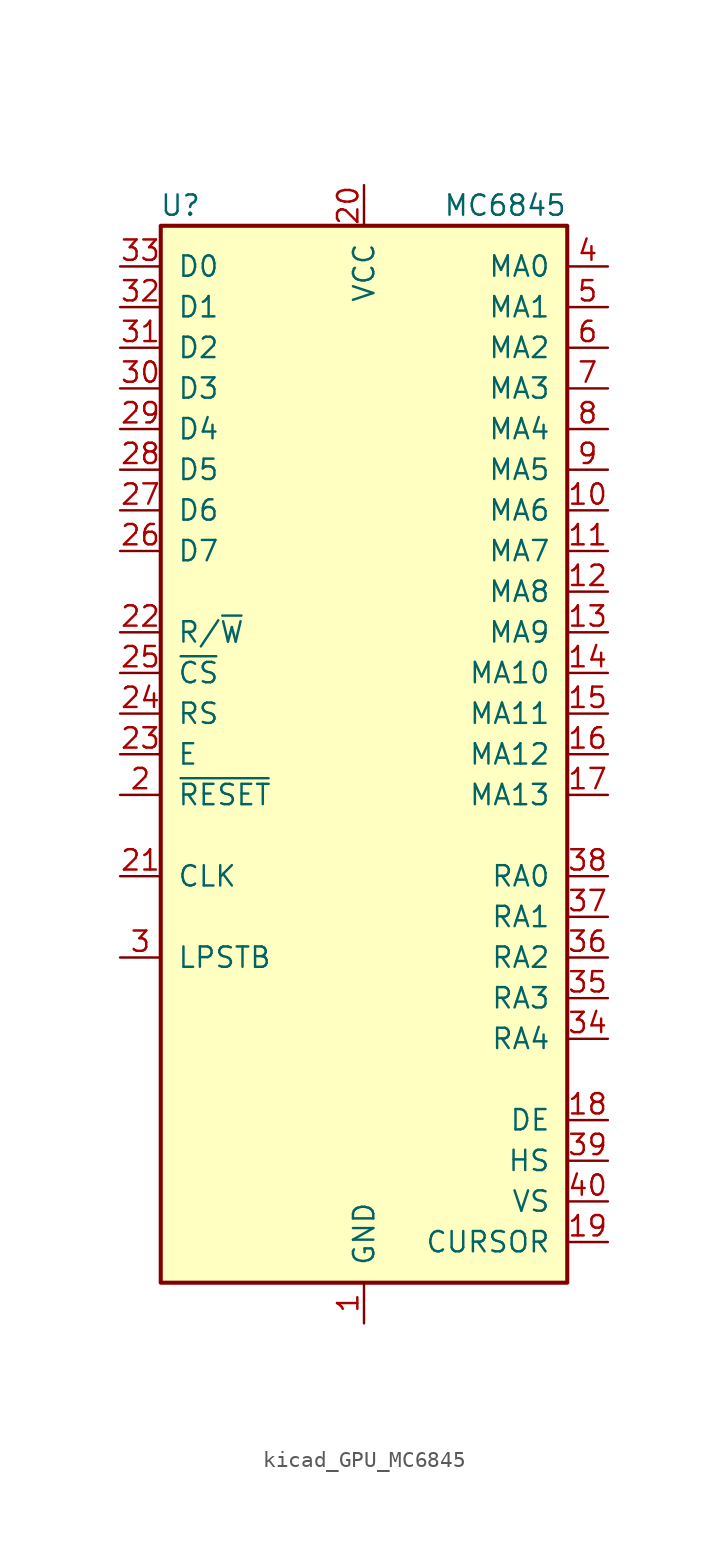
<source format=kicad_sym>
(kicad_symbol_lib
  (version 20220914)
  (generator kicad_symbol_editor)
  (symbol "kicad_GPU_MC6845"
    (pin_names
      (offset 1.016))
    (property "Reference" "U"
      (at -10.16 34.29 0)
      (effects (font (size 1.27 1.27)) (justify right)))
    (property "Value" "MC6845"
      (at 12.7 34.29 0)
      (effects (font (size 1.27 1.27)) (justify right)))
    (symbol "kicad_GPU_MC6845_0_1"
      (rectangle (start -12.7 -33.02) (end 12.7 33.02) (stroke (width 0.254) (type default)) (fill (type background))))
    (symbol "kicad_GPU_MC6845_1_1"
      (pin power_in line (at 0 -35.56 90) (length 2.54) (name "GND" (effects (font (size 1.27 1.27)))) (number "1" (effects (font (size 1.27 1.27)))))
      (pin output line (at 15.24 15.24 180) (length 2.54) (name "MA6" (effects (font (size 1.27 1.27)))) (number "10" (effects (font (size 1.27 1.27)))))
      (pin output line (at 15.24 12.7 180) (length 2.54) (name "MA7" (effects (font (size 1.27 1.27)))) (number "11" (effects (font (size 1.27 1.27)))))
      (pin output line (at 15.24 10.16 180) (length 2.54) (name "MA8" (effects (font (size 1.27 1.27)))) (number "12" (effects (font (size 1.27 1.27)))))
      (pin output line (at 15.24 7.62 180) (length 2.54) (name "MA9" (effects (font (size 1.27 1.27)))) (number "13" (effects (font (size 1.27 1.27)))))
      (pin output line (at 15.24 5.08 180) (length 2.54) (name "MA10" (effects (font (size 1.27 1.27)))) (number "14" (effects (font (size 1.27 1.27)))))
      (pin output line (at 15.24 2.54 180) (length 2.54) (name "MA11" (effects (font (size 1.27 1.27)))) (number "15" (effects (font (size 1.27 1.27)))))
      (pin output line (at 15.24 0 180) (length 2.54) (name "MA12" (effects (font (size 1.27 1.27)))) (number "16" (effects (font (size 1.27 1.27)))))
      (pin output line (at 15.24 -2.54 180) (length 2.54) (name "MA13" (effects (font (size 1.27 1.27)))) (number "17" (effects (font (size 1.27 1.27)))))
      (pin output line (at 15.24 -22.86 180) (length 2.54) (name "DE" (effects (font (size 1.27 1.27)))) (number "18" (effects (font (size 1.27 1.27)))))
      (pin output line (at 15.24 -30.48 180) (length 2.54) (name "CURSOR" (effects (font (size 1.27 1.27)))) (number "19" (effects (font (size 1.27 1.27)))))
      (pin input line (at -15.24 -2.54 0) (length 2.54) (name "~{RESET}" (effects (font (size 1.27 1.27)))) (number "2" (effects (font (size 1.27 1.27)))))
      (pin power_in line (at 0 35.56 270) (length 2.54) (name "VCC" (effects (font (size 1.27 1.27)))) (number "20" (effects (font (size 1.27 1.27)))))
      (pin input line (at -15.24 -7.62 0) (length 2.54) (name "CLK" (effects (font (size 1.27 1.27)))) (number "21" (effects (font (size 1.27 1.27)))))
      (pin input line (at -15.24 7.62 0) (length 2.54) (name "R/~{W}" (effects (font (size 1.27 1.27)))) (number "22" (effects (font (size 1.27 1.27)))))
      (pin input line (at -15.24 0 0) (length 2.54) (name "E" (effects (font (size 1.27 1.27)))) (number "23" (effects (font (size 1.27 1.27)))))
      (pin input line (at -15.24 2.54 0) (length 2.54) (name "RS" (effects (font (size 1.27 1.27)))) (number "24" (effects (font (size 1.27 1.27)))))
      (pin input line (at -15.24 5.08 0) (length 2.54) (name "~{CS}" (effects (font (size 1.27 1.27)))) (number "25" (effects (font (size 1.27 1.27)))))
      (pin bidirectional line (at -15.24 12.7 0) (length 2.54) (name "D7" (effects (font (size 1.27 1.27)))) (number "26" (effects (font (size 1.27 1.27)))))
      (pin bidirectional line (at -15.24 15.24 0) (length 2.54) (name "D6" (effects (font (size 1.27 1.27)))) (number "27" (effects (font (size 1.27 1.27)))))
      (pin bidirectional line (at -15.24 17.78 0) (length 2.54) (name "D5" (effects (font (size 1.27 1.27)))) (number "28" (effects (font (size 1.27 1.27)))))
      (pin bidirectional line (at -15.24 20.32 0) (length 2.54) (name "D4" (effects (font (size 1.27 1.27)))) (number "29" (effects (font (size 1.27 1.27)))))
      (pin input line (at -15.24 -12.7 0) (length 2.54) (name "LPSTB" (effects (font (size 1.27 1.27)))) (number "3" (effects (font (size 1.27 1.27)))))
      (pin bidirectional line (at -15.24 22.86 0) (length 2.54) (name "D3" (effects (font (size 1.27 1.27)))) (number "30" (effects (font (size 1.27 1.27)))))
      (pin bidirectional line (at -15.24 25.4 0) (length 2.54) (name "D2" (effects (font (size 1.27 1.27)))) (number "31" (effects (font (size 1.27 1.27)))))
      (pin bidirectional line (at -15.24 27.94 0) (length 2.54) (name "D1" (effects (font (size 1.27 1.27)))) (number "32" (effects (font (size 1.27 1.27)))))
      (pin bidirectional line (at -15.24 30.48 0) (length 2.54) (name "D0" (effects (font (size 1.27 1.27)))) (number "33" (effects (font (size 1.27 1.27)))))
      (pin output line (at 15.24 -17.78 180) (length 2.54) (name "RA4" (effects (font (size 1.27 1.27)))) (number "34" (effects (font (size 1.27 1.27)))))
      (pin output line (at 15.24 -15.24 180) (length 2.54) (name "RA3" (effects (font (size 1.27 1.27)))) (number "35" (effects (font (size 1.27 1.27)))))
      (pin output line (at 15.24 -12.7 180) (length 2.54) (name "RA2" (effects (font (size 1.27 1.27)))) (number "36" (effects (font (size 1.27 1.27)))))
      (pin output line (at 15.24 -10.16 180) (length 2.54) (name "RA1" (effects (font (size 1.27 1.27)))) (number "37" (effects (font (size 1.27 1.27)))))
      (pin output line (at 15.24 -7.62 180) (length 2.54) (name "RA0" (effects (font (size 1.27 1.27)))) (number "38" (effects (font (size 1.27 1.27)))))
      (pin output line (at 15.24 -25.4 180) (length 2.54) (name "HS" (effects (font (size 1.27 1.27)))) (number "39" (effects (font (size 1.27 1.27)))))
      (pin output line (at 15.24 30.48 180) (length 2.54) (name "MA0" (effects (font (size 1.27 1.27)))) (number "4" (effects (font (size 1.27 1.27)))))
      (pin output line (at 15.24 -27.94 180) (length 2.54) (name "VS" (effects (font (size 1.27 1.27)))) (number "40" (effects (font (size 1.27 1.27)))))
      (pin output line (at 15.24 27.94 180) (length 2.54) (name "MA1" (effects (font (size 1.27 1.27)))) (number "5" (effects (font (size 1.27 1.27)))))
      (pin output line (at 15.24 25.4 180) (length 2.54) (name "MA2" (effects (font (size 1.27 1.27)))) (number "6" (effects (font (size 1.27 1.27)))))
      (pin output line (at 15.24 22.86 180) (length 2.54) (name "MA3" (effects (font (size 1.27 1.27)))) (number "7" (effects (font (size 1.27 1.27)))))
      (pin output line (at 15.24 20.32 180) (length 2.54) (name "MA4" (effects (font (size 1.27 1.27)))) (number "8" (effects (font (size 1.27 1.27)))))
      (pin output line (at 15.24 17.78 180) (length 2.54) (name "MA5" (effects (font (size 1.27 1.27)))) (number "9" (effects (font (size 1.27 1.27))))))))
</source>
